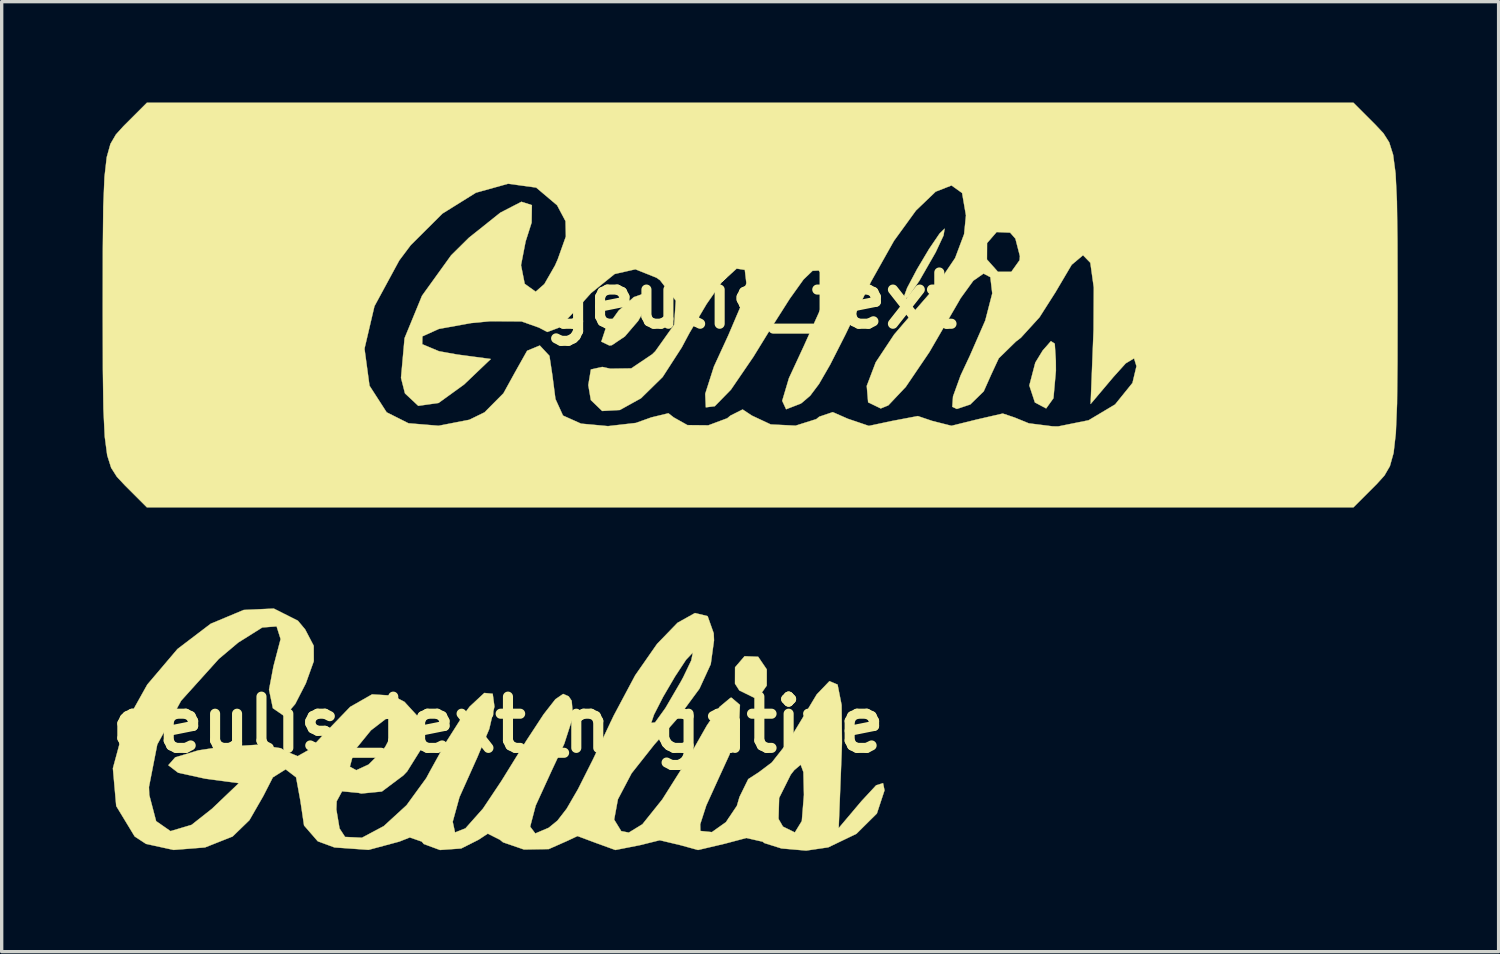
<source format=kicad_pcb>
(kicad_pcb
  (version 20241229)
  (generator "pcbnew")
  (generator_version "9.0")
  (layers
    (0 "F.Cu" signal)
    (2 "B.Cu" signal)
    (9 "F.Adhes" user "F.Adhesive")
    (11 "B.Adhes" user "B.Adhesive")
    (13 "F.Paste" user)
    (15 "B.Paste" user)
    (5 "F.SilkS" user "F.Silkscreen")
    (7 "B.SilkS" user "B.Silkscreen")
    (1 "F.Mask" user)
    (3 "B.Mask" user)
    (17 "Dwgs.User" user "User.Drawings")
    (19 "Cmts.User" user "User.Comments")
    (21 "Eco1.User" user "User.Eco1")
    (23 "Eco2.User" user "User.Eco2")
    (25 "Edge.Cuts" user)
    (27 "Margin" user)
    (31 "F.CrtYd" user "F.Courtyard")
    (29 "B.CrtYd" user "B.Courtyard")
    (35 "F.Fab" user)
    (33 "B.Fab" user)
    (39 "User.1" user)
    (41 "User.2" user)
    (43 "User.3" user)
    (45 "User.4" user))
  (footprint "geulis_text"
    (layer "F.Cu")
    (at 19.256 5.887)
    (property "Reference" "geulis_text" (at 0 0 0) (layer "F.SilkS") (effects (font (size 1.524 1.524) (thickness 0.3))))
    (attr through_hole)
    (fp_poly (pts (xy 9.057 1.283) (xy 9.089 1.792) (xy 9.091 2.088) (xy 9.018 2.904) (xy 8.801 3.207) (xy 8.467 3.03) (xy 8.301 2.526) (xy 8.479 1.845) (xy 8.698 1.486) (xy 8.943 1.207) (xy 9.057 1.283)) (stroke (width 0.01) (type solid)) (fill yes) (layer "F.SilkS"))
    (fp_poly (pts (xy -3.047 -0.195) (xy -3.055 0.12) (xy -3.328 0.602) (xy -3.725 1.066) (xy -4.111 1.326) (xy -4.184 1.337) (xy -4.426 1.222) (xy -4.302 0.847) (xy -3.911 0.299) (xy -3.46 -0.102) (xy -3.106 -0.227) (xy -3.047 -0.195)) (stroke (width 0.01) (type solid)) (fill yes) (layer "F.SilkS"))
    (fp_poly (pts (xy 5.75 -1.936) (xy 5.52 -1.444) (xy 5.498 -1.404) (xy 5.031 -0.589) (xy 4.7 -0.107) (xy 4.553 -0.025) (xy 4.549 -0.052) (xy 4.669 -0.378) (xy 4.963 -0.934) (xy 5.321 -1.535) (xy 5.634 -1.995) (xy 5.782 -2.139) (xy 5.75 -1.936)) (stroke (width 0.01) (type solid)) (fill yes) (layer "F.SilkS"))
    (fp_poly (pts (xy 18.594 -5.226) (xy 18.83 -4.974) (xy 19.001 -4.705) (xy 19.118 -4.335) (xy 19.191 -3.779) (xy 19.231 -2.955) (xy 19.247 -1.776) (xy 19.251 -0.16) (xy 19.251 0.134) (xy 19.248 1.825) (xy 19.235 3.065) (xy 19.199 3.939) (xy 19.132 4.531) (xy 19.022 4.924) (xy 18.86 5.203) (xy 18.635 5.452) (xy 18.594 5.493) (xy 17.938 6.149) (xy -17.938 6.149) (xy -18.594 5.493) (xy -18.83 5.241) (xy -19.001 4.972) (xy -19.118 4.602) (xy -19.191 4.047) (xy -19.231 3.222) (xy -19.247 2.044) (xy -19.248 1.43) (xy -11.468 1.43) (xy -11.319 2.532) (xy -10.809 3.323) (xy -10.16 3.649) (xy -9.265 3.723) (xy -8.351 3.545) (xy -7.898 3.324) (xy -7.336 2.758) (xy -6.985 2.121) (xy -6.632 1.493) (xy -6.255 1.337) (xy -5.969 1.643) (xy -5.882 2.219) (xy -5.79 2.928) (xy -5.568 3.415) (xy -5.561 3.422) (xy -5.029 3.66) (xy -4.227 3.734) (xy -3.397 3.639) (xy -2.94 3.475) (xy -2.431 3.352) (xy -2.273 3.475) (xy -1.865 3.704) (xy -1.244 3.71) (xy -0.681 3.5) (xy -0.588 3.422) (xy -0.224 3.239) (xy 0.053 3.422) (xy 0.613 3.684) (xy 1.35 3.72) (xy 1.966 3.526) (xy 2.054 3.454) (xy 2.456 3.318) (xy 2.904 3.515) (xy 3.529 3.727) (xy 4.216 3.581) (xy 4.986 3.435) (xy 5.418 3.581) (xy 5.986 3.724) (xy 6.733 3.539) (xy 7.511 3.36) (xy 7.863 3.478) (xy 8.286 3.651) (xy 8.992 3.74) (xy 9.156 3.743) (xy 10.063 3.56) (xy 10.851 3.09) (xy 11.368 2.45) (xy 11.487 1.951) (xy 11.415 1.719) (xy 11.167 1.867) (xy 10.801 2.273) (xy 10.124 3.075) (xy 10.211 0.869) (xy 10.218 -0.387) (xy 10.115 -1.124) (xy 9.898 -1.348) (xy 9.56 -1.064) (xy 9.096 -0.278) (xy 9.093 -0.271) (xy 8.603 0.498) (xy 8.049 1.106) (xy 7.9 1.22) (xy 7.392 1.717) (xy 7.168 2.199) (xy 6.945 2.699) (xy 6.546 3.089) (xy 6.146 3.223) (xy 6.011 3.159) (xy 6.032 2.851) (xy 6.258 2.227) (xy 6.533 1.64) (xy 6.991 0.592) (xy 7.199 -0.213) (xy 7.142 -0.696) (xy 6.939 -0.802) (xy 6.635 -0.59) (xy 6.257 -0.069) (xy 6.204 0.025) (xy 5.328 1.534) (xy 4.627 2.567) (xy 4.108 3.116) (xy 3.883 3.208) (xy 3.508 3.026) (xy 3.467 2.538) (xy 3.734 1.836) (xy 4.282 1.009) (xy 4.642 0.59) (xy 5.543 -0.446) (xy 6.067 -1.223) (xy 7.041 -1.223) (xy 7.041 -1.221) (xy 7.367 -0.856) (xy 7.766 -0.856) (xy 8.011 -1.199) (xy 8.021 -1.321) (xy 7.887 -1.841) (xy 7.73 -2.02) (xy 7.328 -2.037) (xy 7.044 -1.709) (xy 7.041 -1.223) (xy 6.067 -1.223) (xy 6.094 -1.263) (xy 6.362 -1.976) (xy 6.417 -2.531) (xy 6.302 -3.198) (xy 5.987 -3.423) (xy 5.515 -3.238) (xy 4.93 -2.678) (xy 4.275 -1.775) (xy 3.594 -0.563) (xy 3.45 -0.267) (xy 2.829 1.02) (xy 2.378 1.907) (xy 2.046 2.482) (xy 1.783 2.831) (xy 1.536 3.042) (xy 1.501 3.065) (xy 1.069 3.232) (xy 0.953 2.981) (xy 1.153 2.308) (xy 1.595 1.355) (xy 2.075 0.289) (xy 2.243 -0.41) (xy 2.185 -0.711) (xy 2.038 -0.894) (xy 1.855 -0.885) (xy 1.586 -0.626) (xy 1.179 -0.057) (xy 0.584 0.879) (xy 0.097 1.671) (xy -0.572 2.65) (xy -1.053 3.142) (xy -1.318 3.175) (xy -1.336 2.773) (xy -1.077 1.962) (xy -0.65 1.034) (xy -0.274 0.152) (xy -0.113 -0.522) (xy -0.159 -0.913) (xy -0.402 -0.95) (xy -0.833 -0.558) (xy -0.85 -0.537) (xy -1.295 0.102) (xy -1.806 0.965) (xy -2.035 1.395) (xy -2.603 2.274) (xy -3.246 2.905) (xy -3.875 3.254) (xy -4.401 3.283) (xy -4.737 2.959) (xy -4.813 2.513) (xy -4.736 2.049) (xy -4.399 1.974) (xy -4.158 2.026) (xy -3.536 2.017) (xy -2.913 1.598) (xy -2.821 1.508) (xy -2.259 0.717) (xy -2.212 0.003) (xy -2.68 -0.605) (xy -2.789 -0.681) (xy -3.412 -0.93) (xy -4.029 -0.79) (xy -4.73 -0.224) (xy -5.191 0.289) (xy -5.687 0.806) (xy -6.031 0.934) (xy -6.282 0.803) (xy -6.799 0.62) (xy -7.731 0.615) (xy -8.295 0.669) (xy -9.255 0.843) (xy -9.746 1.065) (xy -9.751 1.298) (xy -9.253 1.507) (xy -8.715 1.604) (xy -7.712 1.738) (xy -8.509 2.498) (xy -9.266 3.045) (xy -9.869 3.13) (xy -10.264 2.76) (xy -10.382 2.298) (xy -10.276 1.118) (xy -9.757 -0.144) (xy -8.892 -1.345) (xy -8.364 -1.867) (xy -7.429 -2.613) (xy -6.802 -2.937) (xy -6.491 -2.838) (xy -6.499 -2.317) (xy -6.677 -1.758) (xy -6.814 -1.053) (xy -6.704 -0.498) (xy -6.382 -0.267) (xy -6.375 -0.267) (xy -6.12 -0.49) (xy -5.802 -1.044) (xy -5.721 -1.228) (xy -5.48 -1.905) (xy -5.49 -2.361) (xy -5.74 -2.833) (xy -6.363 -3.36) (xy -7.197 -3.474) (xy -8.155 -3.207) (xy -9.15 -2.587) (xy -10.094 -1.647) (xy -10.435 -1.192) (xy -11.172 0.168) (xy -11.468 1.43) (xy -19.248 1.43) (xy -19.251 0.427) (xy -19.251 0.134) (xy -19.248 -1.557) (xy -19.235 -2.798) (xy -19.199 -3.672) (xy -19.132 -4.263) (xy -19.022 -4.657) (xy -18.86 -4.936) (xy -18.635 -5.185) (xy -18.594 -5.226) (xy -17.938 -5.882) (xy 17.938 -5.882) (xy 18.594 -5.226)) (stroke (width 0.01) (type solid)) (fill yes) (layer "F.SilkS")))
  (footprint "geulis_text_negative"
    (layer "F.Cu")
    (at 11.764 18.499)
    (property "Reference" "geulis_text_negative" (at 0 0 0) (layer "F.SilkS") (effects (font (size 1.524 1.524) (thickness 0.3))))
    (attr through_hole)
    (fp_poly (pts (xy 7.729 -2.02) (xy 7.73 -2.02) (xy 7.986 -1.643) (xy 7.985 -1.164) (xy 7.754 -0.835) (xy 7.612 -0.802) (xy 7.17 -1.019) (xy 7.041 -1.221) (xy 7.043 -1.707) (xy 7.326 -2.036) (xy 7.729 -2.02)) (stroke (width 0.01) (type solid)) (fill yes) (layer "F.SilkS"))
    (fp_poly (pts (xy -5.957 -3.093) (xy -5.74 -2.833) (xy -5.486 -2.347) (xy -5.484 -1.888) (xy -5.721 -1.228) (xy -6.036 -0.615) (xy -6.319 -0.285) (xy -6.375 -0.267) (xy -6.7 -0.49) (xy -6.814 -1.042) (xy -6.681 -1.745) (xy -6.677 -1.758) (xy -6.47 -2.546) (xy -6.589 -2.924) (xy -7.016 -2.891) (xy -7.73 -2.443) (xy -8.307 -1.957) (xy -9.43 -0.711) (xy -10.138 0.588) (xy -10.385 1.852) (xy -10.376 2.089) (xy -10.172 2.867) (xy -9.744 3.165) (xy -9.117 2.978) (xy -8.509 2.498) (xy -7.712 1.738) (xy -8.715 1.604) (xy -9.518 1.427) (xy -9.75 1.249) (xy -4.411 1.249) (xy -4.22 1.353) (xy -3.854 1.184) (xy -3.439 0.77) (xy -3.351 0.645) (xy -3.078 0.121) (xy -3.043 -0.191) (xy -3.047 -0.195) (xy -3.345 -0.17) (xy -3.785 0.168) (xy -4.208 0.688) (xy -4.302 0.847) (xy -4.411 1.249) (xy -9.75 1.249) (xy -9.809 1.204) (xy -9.604 0.971) (xy -8.919 0.764) (xy -8.295 0.669) (xy -7.158 0.596) (xy -6.464 0.699) (xy -6.282 0.803) (xy -5.964 0.936) (xy -5.598 0.73) (xy -5.191 0.289) (xy -4.402 -0.53) (xy -3.75 -0.902) (xy -3.142 -0.865) (xy -2.789 -0.681) (xy -2.248 -0.091) (xy -2.221 0.61) (xy -2.709 1.391) (xy -2.821 1.508) (xy -3.458 1.986) (xy -4.069 2.046) (xy -4.158 2.026) (xy -4.643 1.98) (xy -4.803 2.276) (xy -4.813 2.519) (xy -4.718 3.085) (xy -4.553 3.337) (xy -4.052 3.361) (xy -3.402 3.015) (xy -2.725 2.394) (xy -2.14 1.59) (xy -2.035 1.395) (xy -1.55 0.518) (xy -1.053 -0.265) (xy -0.85 -0.537) (xy -0.413 -0.944) (xy -0.164 -0.92) (xy -0.112 -0.539) (xy -0.266 0.127) (xy -0.635 1.003) (xy -0.65 1.034) (xy -1.152 2.154) (xy -1.353 2.886) (xy -1.284 3.204) (xy -0.974 3.082) (xy -0.453 2.495) (xy 0.097 1.671) (xy 0.835 0.478) (xy 1.353 -0.312) (xy 1.701 -0.757) (xy 1.932 -0.915) (xy 2.095 -0.844) (xy 2.185 -0.711) (xy 2.224 -0.236) (xy 1.964 0.568) (xy 1.595 1.355) (xy 1.114 2.406) (xy 0.95 3.031) (xy 1.103 3.234) (xy 1.501 3.065) (xy 1.762 2.852) (xy 2.035 2.499) (xy 2.372 1.918) (xy 2.823 1.022) (xy 3.331 -0.052) (xy 4.549 -0.052) (xy 4.665 -0.068) (xy 4.972 -0.495) (xy 5.422 -1.265) (xy 5.498 -1.404) (xy 5.74 -1.909) (xy 5.787 -2.138) (xy 5.782 -2.139) (xy 5.586 -1.932) (xy 5.257 -1.432) (xy 4.902 -0.826) (xy 4.632 -0.298) (xy 4.549 -0.052) (xy 3.331 -0.052) (xy 3.435 -0.27) (xy 4.073 -1.468) (xy 4.723 -2.401) (xy 5.333 -3.031) (xy 5.851 -3.32) (xy 6.227 -3.228) (xy 6.408 -2.717) (xy 6.417 -2.507) (xy 6.32 -1.8) (xy 5.984 -1.07) (xy 5.345 -0.203) (xy 4.642 0.59) (xy 3.966 1.445) (xy 3.559 2.219) (xy 3.448 2.822) (xy 3.658 3.164) (xy 3.883 3.208) (xy 4.288 2.96) (xy 4.879 2.222) (xy 5.649 1.002) (xy 6.204 0.025) (xy 6.58 -0.527) (xy 6.904 -0.797) (xy 6.939 -0.802) (xy 7.188 -0.589) (xy 7.163 -0.001) (xy 6.879 0.885) (xy 6.533 1.64) (xy 6.187 2.401) (xy 6.006 2.962) (xy 6.011 3.159) (xy 6.354 3.194) (xy 6.772 2.897) (xy 6.836 2.801) (xy 8.335 2.801) (xy 8.467 3.03) (xy 8.821 3.203) (xy 9.028 2.865) (xy 9.091 2.088) (xy 9.075 1.409) (xy 8.995 1.189) (xy 8.802 1.352) (xy 8.698 1.486) (xy 8.353 2.178) (xy 8.335 2.801) (xy 6.836 2.801) (xy 7.098 2.411) (xy 7.175 2.148) (xy 7.435 1.618) (xy 7.747 1.416) (xy 8.136 1.123) (xy 8.623 0.504) (xy 8.944 -0.023) (xy 9.472 -0.901) (xy 9.85 -1.295) (xy 10.091 -1.193) (xy 10.211 -0.586) (xy 10.222 0.535) (xy 10.211 0.869) (xy 10.124 3.075) (xy 10.801 2.273) (xy 11.238 1.802) (xy 11.443 1.738) (xy 11.487 1.951) (xy 11.26 2.64) (xy 10.651 3.244) (xy 9.814 3.646) (xy 9.156 3.743) (xy 8.422 3.679) (xy 7.917 3.52) (xy 7.863 3.478) (xy 7.378 3.368) (xy 6.733 3.539) (xy 5.942 3.725) (xy 5.418 3.581) (xy 4.804 3.435) (xy 4.216 3.581) (xy 3.483 3.725) (xy 2.904 3.515) (xy 2.358 3.311) (xy 2.054 3.454) (xy 1.502 3.698) (xy 0.767 3.711) (xy 0.144 3.497) (xy 0.053 3.422) (xy -0.31 3.239) (xy -0.588 3.422) (xy -1.1 3.68) (xy -1.731 3.725) (xy -2.212 3.548) (xy -2.273 3.475) (xy -2.628 3.352) (xy -2.94 3.475) (xy -3.855 3.721) (xy -4.869 3.649) (xy -5.365 3.466) (xy -5.773 2.996) (xy -5.882 2.263) (xy -6.01 1.564) (xy -6.32 1.327) (xy -6.701 1.566) (xy -6.985 2.121) (xy -7.397 2.838) (xy -7.898 3.324) (xy -8.718 3.649) (xy -9.652 3.723) (xy -10.472 3.544) (xy -10.809 3.323) (xy -11.358 2.418) (xy -11.457 1.296) (xy -11.111 0.019) (xy -10.435 -1.192) (xy -9.536 -2.251) (xy -8.55 -3.001) (xy -7.567 -3.412) (xy -6.673 -3.453) (xy -5.957 -3.093)) (stroke (width 0.01) (type solid)) (fill yes) (layer "F.SilkS")))
  (gr_rect
    (start -3 -3)
    (end 41.511 25.248)
    (stroke (width 0.1) (type default))
    (fill no)
    (layer "Edge.Cuts")))
</source>
